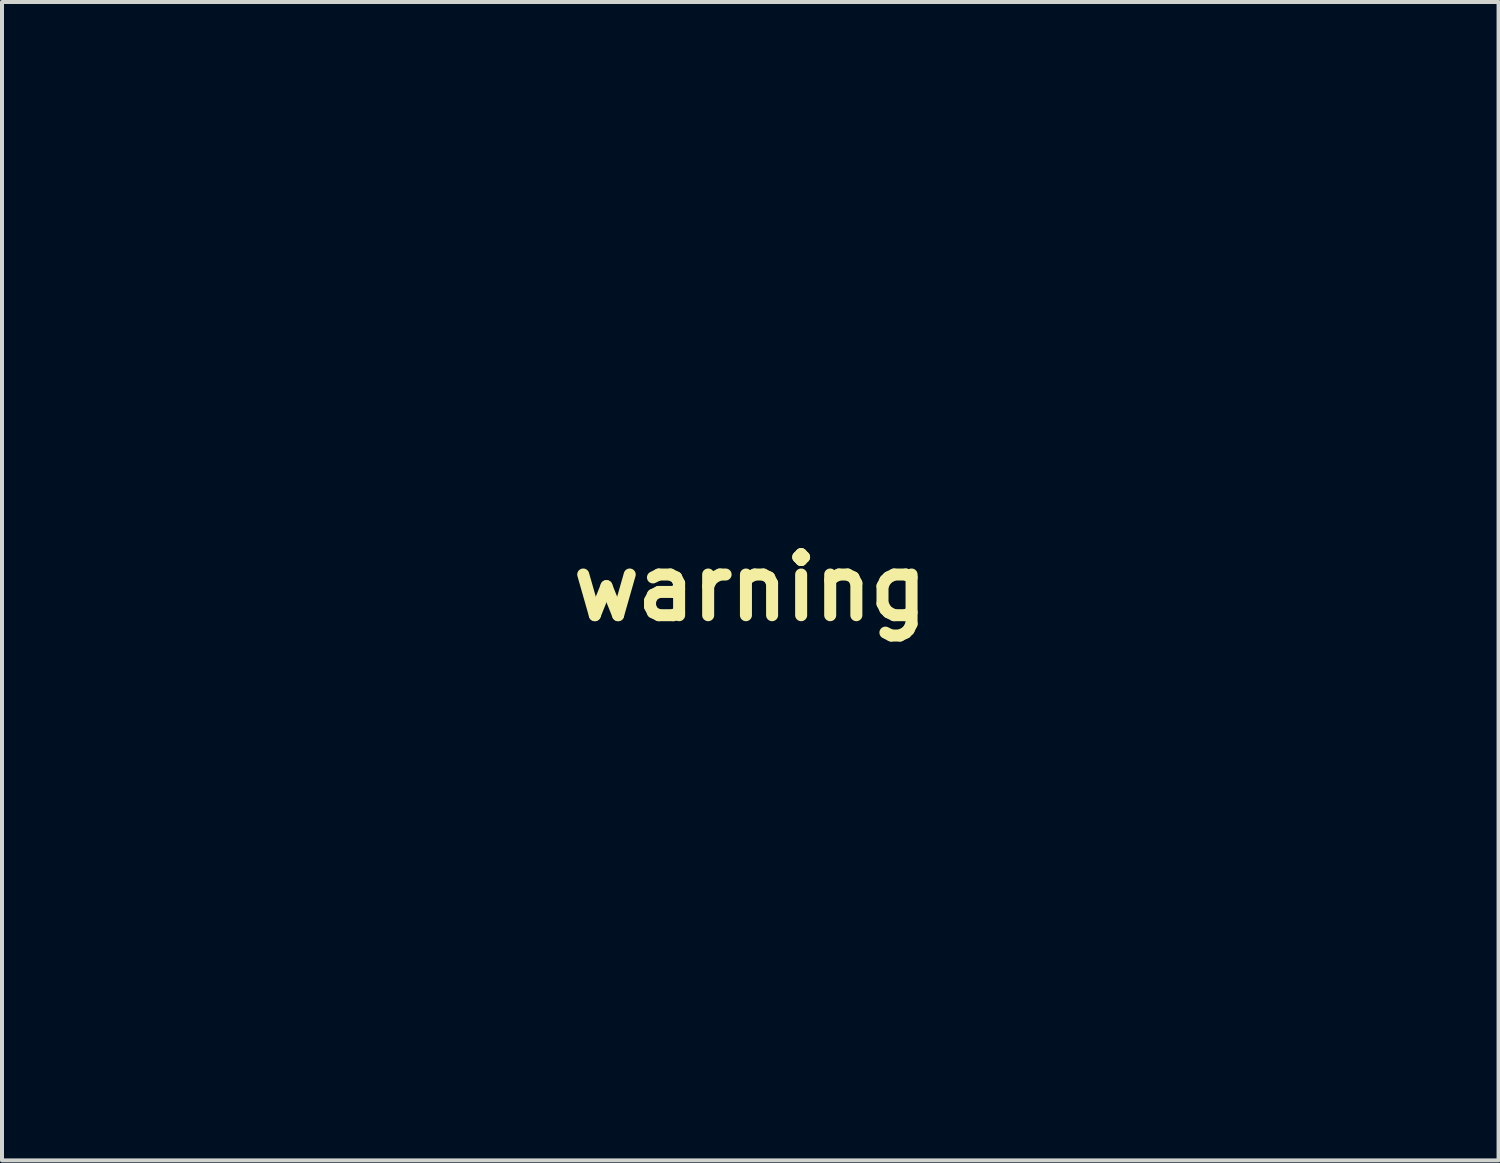
<source format=kicad_pcb>
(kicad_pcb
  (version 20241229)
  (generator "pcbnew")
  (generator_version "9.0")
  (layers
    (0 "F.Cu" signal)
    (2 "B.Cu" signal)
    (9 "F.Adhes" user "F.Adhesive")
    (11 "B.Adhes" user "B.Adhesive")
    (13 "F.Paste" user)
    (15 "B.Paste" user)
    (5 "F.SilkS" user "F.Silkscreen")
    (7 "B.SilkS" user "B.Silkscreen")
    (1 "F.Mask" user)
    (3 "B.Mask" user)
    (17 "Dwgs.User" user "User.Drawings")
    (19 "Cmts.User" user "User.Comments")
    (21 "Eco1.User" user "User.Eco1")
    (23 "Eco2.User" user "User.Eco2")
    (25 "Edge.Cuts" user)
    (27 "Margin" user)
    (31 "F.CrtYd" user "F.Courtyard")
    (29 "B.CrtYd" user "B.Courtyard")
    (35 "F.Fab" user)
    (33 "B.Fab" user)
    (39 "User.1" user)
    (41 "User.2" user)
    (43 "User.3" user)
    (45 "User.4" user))
  (footprint "warning"
    (layer "F.Cu")
    (at 15.69 11.626)
    (property "Reference" "warning" (at 0 0 0) (layer "F.SilkS") (effects (font (size 1.524 1.524) (thickness 0.3))))
    (attr through_hole)
    (fp_poly (pts (xy 7.085 5.747) (xy 7.163 5.967) (xy 7.158 6.101) (xy 7.068 6.156) (xy 7.023 6.16) (xy 6.908 6.133) (xy 6.892 6.048) (xy 6.922 5.905) (xy 6.957 5.747) (xy 7.001 5.556) (xy 7.085 5.747)) (stroke (width 0.01) (type solid)) (fill no) (layer "Eco1.User"))
    (fp_poly (pts (xy -9.616 5.779) (xy -9.549 5.985) (xy -9.542 6.101) (xy -9.598 6.151) (xy -9.684 6.16) (xy -9.803 6.143) (xy -9.842 6.112) (xy -9.826 6.026) (xy -9.786 5.868) (xy -9.77 5.81) (xy -9.698 5.556) (xy -9.616 5.779)) (stroke (width 0.01) (type solid)) (fill no) (layer "Eco1.User"))
    (fp_poly (pts (xy 1.404 5.24) (xy 1.53 5.321) (xy 1.576 5.426) (xy 1.526 5.53) (xy 1.425 5.59) (xy 1.233 5.647) (xy 1.127 5.628) (xy 1.084 5.522) (xy 1.079 5.429) (xy 1.093 5.277) (xy 1.148 5.215) (xy 1.211 5.207) (xy 1.404 5.24)) (stroke (width 0.01) (type solid)) (fill no) (layer "Eco1.User"))
    (fp_poly (pts (xy 13.819 5.631) (xy 13.849 5.747) (xy 13.891 5.968) (xy 13.891 6.093) (xy 13.84 6.148) (xy 13.747 6.16) (xy 13.636 6.145) (xy 13.611 6.074) (xy 13.628 5.985) (xy 13.685 5.804) (xy 13.738 5.683) (xy 13.787 5.606) (xy 13.819 5.631)) (stroke (width 0.01) (type solid)) (fill no) (layer "Eco1.User"))
    (fp_poly (pts (xy 9.43 5.233) (xy 9.555 5.312) (xy 9.595 5.434) (xy 9.548 5.552) (xy 9.446 5.611) (xy 9.256 5.648) (xy 9.147 5.628) (xy 9.123 5.609) (xy 9.081 5.499) (xy 9.093 5.356) (xy 9.15 5.247) (xy 9.176 5.23) (xy 9.309 5.216) (xy 9.43 5.233)) (stroke (width 0.01) (type solid)) (fill no) (layer "Eco1.User"))
    (fp_poly (pts (xy -5.734 -5.969) (xy -5.668 -5.802) (xy -5.589 -5.585) (xy -5.511 -5.356) (xy -5.445 -5.149) (xy -5.404 -5.002) (xy -5.397 -4.958) (xy -5.458 -4.919) (xy -5.626 -4.895) (xy -5.814 -4.889) (xy -6.02 -4.896) (xy -6.161 -4.913) (xy -6.205 -4.937) (xy -6.175 -5.015) (xy -6.117 -5.185) (xy -6.041 -5.415) (xy -6 -5.543) (xy -5.918 -5.78) (xy -5.846 -5.955) (xy -5.793 -6.046) (xy -5.775 -6.051) (xy -5.734 -5.969)) (stroke (width 0.01) (type solid)) (fill no) (layer "Eco1.User"))
    (fp_poly (pts (xy -2.169 -6.444) (xy -1.882 -6.44) (xy -1.695 -6.427) (xy -1.58 -6.398) (xy -1.51 -6.35) (xy -1.486 -6.321) (xy -1.407 -6.118) (xy -1.418 -5.891) (xy -1.484 -5.747) (xy -1.587 -5.684) (xy -1.773 -5.635) (xy -2.009 -5.601) (xy -2.259 -5.584) (xy -2.491 -5.587) (xy -2.67 -5.612) (xy -2.762 -5.661) (xy -2.765 -5.667) (xy -2.782 -5.782) (xy -2.786 -5.971) (xy -2.782 -6.104) (xy -2.762 -6.445) (xy -2.169 -6.444)) (stroke (width 0.01) (type solid)) (fill no) (layer "Eco1.User"))
    (fp_poly (pts (xy -7.286 5.329) (xy -7.147 5.488) (xy -7.065 5.726) (xy -7.048 5.911) (xy -7.07 6.17) (xy -7.126 6.38) (xy -7.208 6.511) (xy -7.276 6.54) (xy -7.408 6.562) (xy -7.443 6.574) (xy -7.549 6.579) (xy -7.576 6.564) (xy -7.595 6.485) (xy -7.609 6.309) (xy -7.618 6.065) (xy -7.62 5.895) (xy -7.619 5.61) (xy -7.612 5.428) (xy -7.593 5.326) (xy -7.556 5.282) (xy -7.496 5.271) (xy -7.466 5.271) (xy -7.286 5.329)) (stroke (width 0.01) (type solid)) (fill no) (layer "Eco1.User"))
    (fp_poly (pts (xy -0.877 5.302) (xy -0.77 5.356) (xy -0.766 5.361) (xy -0.719 5.469) (xy -0.729 5.522) (xy -0.734 5.583) (xy -0.716 5.588) (xy -0.686 5.645) (xy -0.664 5.794) (xy -0.658 5.937) (xy -0.664 6.128) (xy -0.684 6.255) (xy -0.705 6.287) (xy -0.733 6.333) (xy -0.722 6.381) (xy -0.745 6.476) (xy -0.856 6.54) (xy -1.008 6.576) (xy -1.181 6.59) (xy -1.329 6.58) (xy -1.403 6.547) (xy -1.405 6.543) (xy -1.405 6.461) (xy -1.446 6.416) (xy -1.467 6.413) (xy -1.51 6.367) (xy -1.501 6.318) (xy -1.5 6.236) (xy -1.526 6.223) (xy -1.563 6.166) (xy -1.585 6.023) (xy -1.587 5.937) (xy -1.575 5.767) (xy -1.544 5.665) (xy -1.526 5.652) (xy -1.491 5.605) (xy -1.501 5.556) (xy -1.498 5.475) (xy -1.467 5.461) (xy -1.403 5.411) (xy -1.397 5.378) (xy -1.342 5.317) (xy -1.208 5.284) (xy -1.038 5.278) (xy -0.877 5.302)) (stroke (width 0.01) (type solid)) (fill no) (layer "Eco1.User"))
    (fp_poly (pts (xy 15.684 11.303) (xy -15.684 11.303) (xy -15.684 7.243) (xy -14.732 7.243) (xy -13.049 7.207) (xy -13.049 6.572) (xy -14.03 6.535) (xy -14.065 4.667) (xy -14.399 4.648) (xy -14.617 4.636) (xy -12.764 4.636) (xy -12.764 7.242) (xy -10.954 7.207) (xy -10.95 7.15) (xy -10.827 7.15) (xy -10.819 7.19) (xy -10.809 7.204) (xy -10.73 7.224) (xy -10.569 7.237) (xy -10.465 7.239) (xy -10.275 7.231) (xy -10.17 7.195) (xy -10.11 7.112) (xy -10.091 7.066) (xy -10.026 6.925) (xy -9.942 6.855) (xy -9.801 6.838) (xy -9.637 6.847) (xy -9.454 6.873) (xy -9.353 6.932) (xy -9.29 7.051) (xy -9.288 7.054) (xy -9.239 7.159) (xy -9.17 7.214) (xy -9.043 7.236) (xy -8.857 7.239) (xy -8.495 7.239) (xy -8.319 7.239) (xy -7.723 7.239) (xy -7.328 7.225) (xy -7.031 7.184) (xy -6.9 7.144) (xy -6.665 6.978) (xy -6.503 6.759) (xy -6.377 6.438) (xy -6.323 6.056) (xy -6.341 5.658) (xy -6.431 5.287) (xy -6.485 5.163) (xy -6.613 4.949) (xy -6.692 4.872) (xy -5.236 4.872) (xy -5.215 5.071) (xy -5.165 5.355) (xy -5.09 5.739) (xy -5.017 6.096) (xy -4.969 6.354) (xy -4.924 6.623) (xy -4.917 6.668) (xy -4.87 6.94) (xy -4.816 7.11) (xy -4.736 7.199) (xy -4.61 7.23) (xy -4.434 7.226) (xy -4.236 7.207) (xy -4.127 7.167) (xy -4.072 7.09) (xy -4.057 7.048) (xy -4.021 6.911) (xy -3.969 6.692) (xy -3.911 6.436) (xy -3.902 6.392) (xy -3.847 6.169) (xy -3.796 6.012) (xy -3.756 5.946) (xy -3.747 5.948) (xy -3.712 6.031) (xy -3.661 6.205) (xy -3.602 6.437) (xy -3.586 6.509) (xy -3.514 6.819) (xy -3.454 7.026) (xy -3.39 7.15) (xy -3.306 7.214) (xy -3.188 7.236) (xy -3.047 7.239) (xy -2.906 7.24) (xy -2.811 7.229) (xy -2.749 7.184) (xy -2.704 7.085) (xy -2.661 6.908) (xy -2.607 6.633) (xy -2.595 6.572) (xy -2.543 6.313) (xy -2.489 6.045) (xy -2.473 5.969) (xy -2.467 5.936) (xy -2.217 5.936) (xy -2.217 5.937) (xy -2.18 6.374) (xy -2.065 6.718) (xy -1.867 6.98) (xy -1.578 7.173) (xy -1.556 7.183) (xy -1.197 7.289) (xy -0.854 7.27) (xy -0.67 7.204) (xy -0.48 7.087) (xy -0.301 6.937) (xy -0.291 6.927) (xy -0.168 6.743) (xy -0.105 6.595) (xy 0.328 6.595) (xy 0.331 6.873) (xy 0.337 7.068) (xy 0.346 7.157) (xy 0.346 7.158) (xy 0.431 7.212) (xy 0.621 7.237) (xy 0.697 7.239) (xy 1.016 7.239) (xy 1.027 6.874) (xy 1.036 6.59) (xy 1.048 6.41) (xy 1.066 6.312) (xy 1.094 6.274) (xy 1.138 6.273) (xy 1.147 6.275) (xy 1.24 6.319) (xy 1.256 6.339) (xy 1.291 6.413) (xy 1.367 6.569) (xy 1.468 6.774) (xy 1.478 6.795) (xy 1.683 7.207) (xy 1.992 7.227) (xy 2.241 7.236) (xy 2.379 7.211) (xy 2.422 7.13) (xy 2.383 6.971) (xy 2.306 6.781) (xy 2.22 6.596) (xy 2.614 6.596) (xy 2.617 6.875) (xy 2.624 7.07) (xy 2.633 7.16) (xy 2.633 7.161) (xy 2.706 7.214) (xy 2.88 7.231) (xy 3 7.226) (xy 3.334 7.207) (xy 3.353 6.898) (xy 3.39 6.671) (xy 3.458 6.47) (xy 3.545 6.331) (xy 3.623 6.287) (xy 3.679 6.339) (xy 3.719 6.429) (xy 3.771 6.566) (xy 3.857 6.764) (xy 3.922 6.906) (xy 4.079 7.239) (xy 4.484 7.239) (xy 4.701 7.23) (xy 4.846 7.205) (xy 4.889 7.174) (xy 4.889 7.173) (xy 5.879 7.173) (xy 5.884 7.191) (xy 5.959 7.219) (xy 6.118 7.236) (xy 6.23 7.239) (xy 6.422 7.233) (xy 6.527 7.2) (xy 6.586 7.121) (xy 6.614 7.048) (xy 6.669 6.929) (xy 6.752 6.873) (xy 6.907 6.858) (xy 6.959 6.858) (xy 7.141 6.856) (xy 7.265 6.851) (xy 7.287 6.849) (xy 7.342 6.894) (xy 7.415 7.017) (xy 7.425 7.039) (xy 7.488 7.156) (xy 7.566 7.215) (xy 7.701 7.237) (xy 7.854 7.239) (xy 8.075 7.226) (xy 8.18 7.186) (xy 8.191 7.158) (xy 8.173 7.07) (xy 8.123 6.886) (xy 8.049 6.631) (xy 8.038 6.595) (xy 8.392 6.595) (xy 8.395 6.873) (xy 8.401 7.068) (xy 8.41 7.157) (xy 8.41 7.158) (xy 8.495 7.212) (xy 8.684 7.237) (xy 8.758 7.239) (xy 9.075 7.239) (xy 9.094 6.752) (xy 9.113 6.485) (xy 9.146 6.308) (xy 9.186 6.241) (xy 9.244 6.283) (xy 9.337 6.419) (xy 9.449 6.623) (xy 9.499 6.728) (xy 9.739 7.239) (xy 10.108 7.239) (xy 10.327 7.231) (xy 10.442 7.203) (xy 10.477 7.149) (xy 10.477 7.146) (xy 10.45 7.025) (xy 10.379 6.835) (xy 10.282 6.616) (xy 10.272 6.595) (xy 10.678 6.595) (xy 10.681 6.873) (xy 10.687 7.068) (xy 10.696 7.157) (xy 10.696 7.158) (xy 10.745 7.192) (xy 10.87 7.216) (xy 11.085 7.231) (xy 11.405 7.238) (xy 11.619 7.239) (xy 12.509 7.239) (xy 12.509 7.205) (xy 12.624 7.205) (xy 12.702 7.225) (xy 12.863 7.237) (xy 12.982 7.239) (xy 13.177 7.233) (xy 13.285 7.201) (xy 13.347 7.125) (xy 13.379 7.048) (xy 13.432 6.936) (xy 13.507 6.879) (xy 13.643 6.86) (xy 13.777 6.858) (xy 13.972 6.864) (xy 14.079 6.895) (xy 14.139 6.969) (xy 14.17 7.048) (xy 14.218 7.159) (xy 14.287 7.215) (xy 14.415 7.236) (xy 14.579 7.239) (xy 14.787 7.23) (xy 14.893 7.2) (xy 14.922 7.142) (xy 14.904 7.05) (xy 14.854 6.86) (xy 14.778 6.597) (xy 14.684 6.283) (xy 14.63 6.11) (xy 14.523 5.77) (xy 14.426 5.458) (xy 14.347 5.203) (xy 14.294 5.029) (xy 14.28 4.985) (xy 14.213 4.793) (xy 14.133 4.688) (xy 14.003 4.646) (xy 13.788 4.646) (xy 13.746 4.648) (xy 13.534 4.664) (xy 13.416 4.696) (xy 13.356 4.757) (xy 13.33 4.826) (xy 13.297 4.937) (xy 13.232 5.145) (xy 13.143 5.429) (xy 13.037 5.765) (xy 12.938 6.078) (xy 12.829 6.429) (xy 12.737 6.737) (xy 12.669 6.983) (xy 12.63 7.145) (xy 12.624 7.205) (xy 12.509 7.205) (xy 12.509 6.604) (xy 12.017 6.603) (xy 11.714 6.595) (xy 11.518 6.567) (xy 11.41 6.511) (xy 11.373 6.42) (xy 11.377 6.343) (xy 11.396 6.266) (xy 11.445 6.219) (xy 11.552 6.193) (xy 11.744 6.179) (xy 11.89 6.173) (xy 12.139 6.16) (xy 12.289 6.141) (xy 12.369 6.105) (xy 12.408 6.043) (xy 12.419 6.003) (xy 12.433 5.827) (xy 12.416 5.72) (xy 12.377 5.647) (xy 12.298 5.607) (xy 12.147 5.591) (xy 11.971 5.588) (xy 11.681 5.58) (xy 11.497 5.552) (xy 11.4 5.498) (xy 11.367 5.41) (xy 11.367 5.393) (xy 11.38 5.336) (xy 11.436 5.299) (xy 11.559 5.276) (xy 11.773 5.263) (xy 11.922 5.257) (xy 12.478 5.239) (xy 12.478 4.667) (xy 10.7 4.667) (xy 10.682 5.872) (xy 10.679 6.254) (xy 10.678 6.595) (xy 10.272 6.595) (xy 10.18 6.41) (xy 10.09 6.256) (xy 10.06 6.218) (xy 10.011 6.143) (xy 10.027 6.065) (xy 10.122 5.947) (xy 10.158 5.908) (xy 10.304 5.674) (xy 10.358 5.41) (xy 10.326 5.146) (xy 10.214 4.915) (xy 10.03 4.746) (xy 9.907 4.693) (xy 9.746 4.667) (xy 9.499 4.65) (xy 9.208 4.645) (xy 9.049 4.648) (xy 8.414 4.667) (xy 8.396 5.872) (xy 8.393 6.254) (xy 8.392 6.595) (xy 8.038 6.595) (xy 7.957 6.33) (xy 7.933 6.253) (xy 7.823 5.906) (xy 7.716 5.563) (xy 7.621 5.261) (xy 7.551 5.04) (xy 7.549 5.032) (xy 7.424 4.636) (xy 7.045 4.636) (xy 6.904 4.633) (xy 6.798 4.638) (xy 6.717 4.664) (xy 6.651 4.728) (xy 6.588 4.846) (xy 6.518 5.034) (xy 6.431 5.306) (xy 6.317 5.68) (xy 6.286 5.779) (xy 6.183 6.113) (xy 6.085 6.427) (xy 6.003 6.688) (xy 5.946 6.865) (xy 5.938 6.89) (xy 5.893 7.058) (xy 5.879 7.173) (xy 4.889 7.173) (xy 4.862 7.096) (xy 4.789 6.928) (xy 4.679 6.696) (xy 4.545 6.424) (xy 4.54 6.413) (xy 4.405 6.138) (xy 4.295 5.901) (xy 4.22 5.725) (xy 4.191 5.636) (xy 4.191 5.636) (xy 4.229 5.551) (xy 4.331 5.4) (xy 4.475 5.212) (xy 4.507 5.174) (xy 4.658 4.984) (xy 4.77 4.824) (xy 4.823 4.725) (xy 4.824 4.715) (xy 4.778 4.668) (xy 4.629 4.643) (xy 4.391 4.636) (xy 3.955 4.636) (xy 3.676 5.032) (xy 3.397 5.429) (xy 3.334 4.667) (xy 2.635 4.667) (xy 2.618 5.872) (xy 2.614 6.254) (xy 2.614 6.596) (xy 2.22 6.596) (xy 2.2 6.553) (xy 2.092 6.356) (xy 2.013 6.242) (xy 1.935 6.144) (xy 1.936 6.075) (xy 2.023 5.984) (xy 2.053 5.957) (xy 2.217 5.729) (xy 2.292 5.441) (xy 2.268 5.131) (xy 2.268 5.131) (xy 2.213 4.955) (xy 2.139 4.83) (xy 2.024 4.747) (xy 1.848 4.698) (xy 1.59 4.674) (xy 1.229 4.667) (xy 1.152 4.667) (xy 0.349 4.667) (xy 0.332 5.872) (xy 0.328 6.254) (xy 0.328 6.595) (xy -0.105 6.595) (xy -0.057 6.482) (xy 0.026 6.193) (xy 0.062 5.925) (xy 0.063 5.901) (xy 0.032 5.657) (xy -0.05 5.375) (xy -0.163 5.112) (xy -0.276 4.938) (xy -0.541 4.723) (xy -0.864 4.603) (xy -1.209 4.586) (xy -1.542 4.677) (xy -1.574 4.692) (xy -1.866 4.893) (xy -2.066 5.158) (xy -2.18 5.501) (xy -2.217 5.936) (xy -2.467 5.936) (xy -2.432 5.751) (xy -2.384 5.473) (xy -2.348 5.248) (xy -2.313 5.019) (xy -2.284 4.836) (xy -2.268 4.74) (xy -2.268 4.74) (xy -2.318 4.691) (xy -2.476 4.657) (xy -2.582 4.648) (xy -2.736 4.64) (xy -2.839 4.649) (xy -2.908 4.697) (xy -2.956 4.805) (xy -2.997 4.993) (xy -3.046 5.282) (xy -3.055 5.334) (xy -3.134 5.81) (xy -3.41 4.667) (xy -3.737 4.648) (xy -3.932 4.642) (xy -4.04 4.664) (xy -4.099 4.73) (xy -4.132 4.807) (xy -4.185 4.978) (xy -4.24 5.203) (xy -4.26 5.3) (xy -4.316 5.54) (xy -4.368 5.654) (xy -4.415 5.642) (xy -4.455 5.505) (xy -4.476 5.357) (xy -4.515 5.054) (xy -4.557 4.855) (xy -4.616 4.737) (xy -4.705 4.677) (xy -4.838 4.651) (xy -4.887 4.647) (xy -5.023 4.638) (xy -5.124 4.641) (xy -5.192 4.672) (xy -5.229 4.744) (xy -5.236 4.872) (xy -6.692 4.872) (xy -6.766 4.8) (xy -6.968 4.705) (xy -7.243 4.654) (xy -7.614 4.636) (xy -7.699 4.636) (xy -8.319 4.636) (xy -8.319 7.239) (xy -8.495 7.239) (xy -8.537 7.064) (xy -8.57 6.946) (xy -8.632 6.733) (xy -8.717 6.451) (xy -8.816 6.126) (xy -8.921 5.784) (xy -9.025 5.45) (xy -9.119 5.152) (xy -9.162 5.016) (xy -9.241 4.807) (xy -9.33 4.692) (xy -9.468 4.647) (xy -9.692 4.648) (xy -9.709 4.649) (xy -10.063 4.667) (xy -10.261 5.271) (xy -10.433 5.799) (xy -10.57 6.219) (xy -10.673 6.545) (xy -10.746 6.788) (xy -10.794 6.961) (xy -10.82 7.078) (xy -10.827 7.15) (xy -10.95 7.15) (xy -10.915 6.609) (xy -12.033 6.572) (xy -12.033 6.191) (xy -11.541 6.173) (xy -11.049 6.154) (xy -11.049 5.593) (xy -11.541 5.575) (xy -11.79 5.563) (xy -11.939 5.543) (xy -12.016 5.508) (xy -12.047 5.449) (xy -12.054 5.413) (xy -12.057 5.344) (xy -12.028 5.302) (xy -11.942 5.28) (xy -11.775 5.272) (xy -11.53 5.271) (xy -10.986 5.271) (xy -10.986 4.636) (xy -12.764 4.636) (xy -14.617 4.636) (xy -14.732 4.629) (xy -14.732 7.243) (xy -15.684 7.243) (xy -15.684 0.178) (xy -15.115 0.178) (xy -14.784 0.572) (xy 14.784 0.572) (xy 14.949 0.376) (xy 15.113 0.181) (xy 15.113 -5.279) (xy 15.113 -6.263) (xy 15.113 -7.128) (xy 15.111 -7.881) (xy 15.109 -8.532) (xy 15.106 -9.086) (xy 15.1 -9.553) (xy 15.092 -9.94) (xy 15.082 -10.255) (xy 15.068 -10.506) (xy 15.051 -10.7) (xy 15.03 -10.847) (xy 15.005 -10.952) (xy 14.976 -11.025) (xy 14.941 -11.072) (xy 14.901 -11.103) (xy 14.855 -11.125) (xy 14.824 -11.137) (xy 14.752 -11.14) (xy 14.559 -11.144) (xy 14.249 -11.147) (xy 13.83 -11.15) (xy 13.306 -11.154) (xy 12.683 -11.157) (xy 11.967 -11.16) (xy 11.164 -11.162) (xy 10.278 -11.165) (xy 9.316 -11.167) (xy 8.283 -11.169) (xy 7.185 -11.171) (xy 6.028 -11.172) (xy 4.816 -11.174) (xy 3.557 -11.175) (xy 2.255 -11.176) (xy 0.915 -11.176) (xy -0.059 -11.176) (xy -14.839 -11.176) (xy -14.96 -11.042) (xy -14.981 -11.015) (xy -15 -10.979) (xy -15.016 -10.924) (xy -15.03 -10.844) (xy -15.042 -10.73) (xy -15.052 -10.573) (xy -15.061 -10.367) (xy -15.068 -10.104) (xy -15.074 -9.774) (xy -15.079 -9.37) (xy -15.084 -8.884) (xy -15.087 -8.308) (xy -15.09 -7.634) (xy -15.093 -6.854) (xy -15.096 -5.959) (xy -15.098 -5.365) (xy -15.115 0.178) (xy -15.684 0.178) (xy -15.684 -11.62) (xy 15.684 -11.62) (xy 15.684 11.303)) (stroke (width 0.01) (type solid)) (fill no) (layer "Eco1.User"))
    (fp_poly (pts (xy 0.773 -10.297) (xy 1.171 -10.23) (xy 1.606 -10.156) (xy 2.021 -10.084) (xy 2.318 -10.032) (xy 2.649 -9.973) (xy 2.98 -9.917) (xy 3.263 -9.87) (xy 3.397 -9.848) (xy 3.608 -9.815) (xy 3.931 -9.762) (xy 4.355 -9.691) (xy 4.867 -9.605) (xy 5.456 -9.506) (xy 6.109 -9.396) (xy 6.445 -9.338) (xy 6.662 -9.302) (xy 6.962 -9.251) (xy 7.306 -9.194) (xy 7.62 -9.142) (xy 7.98 -9.081) (xy 8.347 -9.017) (xy 8.676 -8.96) (xy 8.89 -8.921) (xy 9.264 -8.852) (xy 9.648 -8.783) (xy 10.062 -8.712) (xy 10.53 -8.633) (xy 11.074 -8.543) (xy 11.717 -8.439) (xy 11.874 -8.413) (xy 12.312 -8.342) (xy 12.73 -8.273) (xy 13.106 -8.209) (xy 13.414 -8.156) (xy 13.631 -8.117) (xy 13.684 -8.107) (xy 14.065 -8.031) (xy 14.083 -5.27) (xy 14.086 -4.686) (xy 14.087 -4.137) (xy 14.087 -3.639) (xy 14.086 -3.205) (xy 14.083 -2.847) (xy 14.079 -2.581) (xy 14.073 -2.42) (xy 14.069 -2.378) (xy 14.059 -2.337) (xy 14.039 -2.304) (xy 13.997 -2.275) (xy 13.917 -2.247) (xy 13.784 -2.216) (xy 13.585 -2.18) (xy 13.303 -2.134) (xy 12.925 -2.075) (xy 12.446 -2.002) (xy 12.083 -1.946) (xy 11.674 -1.883) (xy 11.297 -1.825) (xy 11.239 -1.816) (xy 10.886 -1.761) (xy 10.48 -1.699) (xy 10.096 -1.64) (xy 10.001 -1.625) (xy 9.68 -1.576) (xy 9.285 -1.515) (xy 8.869 -1.45) (xy 8.509 -1.395) (xy 8.127 -1.336) (xy 7.729 -1.274) (xy 7.361 -1.217) (xy 7.08 -1.174) (xy 6.55 -1.092) (xy 6.127 -1.026) (xy 5.792 -0.973) (xy 5.527 -0.929) (xy 5.312 -0.892) (xy 5.302 -0.89) (xy 5.118 -0.859) (xy 4.843 -0.815) (xy 4.514 -0.763) (xy 4.166 -0.71) (xy 4.128 -0.704) (xy 3.626 -0.628) (xy 3.021 -0.536) (xy 2.336 -0.431) (xy 1.593 -0.317) (xy 0.816 -0.197) (xy 0.54 -0.154) (xy 0.259 -0.111) (xy 0.059 -0.086) (xy -0.101 -0.079) (xy -0.266 -0.09) (xy -0.477 -0.119) (xy -0.73 -0.16) (xy -1.019 -0.206) (xy -1.411 -0.267) (xy -1.885 -0.341) (xy -2.419 -0.424) (xy -2.991 -0.513) (xy -3.58 -0.604) (xy -4.164 -0.694) (xy -4.223 -0.703) (xy -4.566 -0.756) (xy -4.895 -0.809) (xy -5.172 -0.854) (xy -5.362 -0.887) (xy -5.366 -0.887) (xy -5.571 -0.923) (xy -5.855 -0.969) (xy -6.169 -1.019) (xy -6.318 -1.042) (xy -6.651 -1.093) (xy -7.052 -1.156) (xy -7.465 -1.222) (xy -7.747 -1.267) (xy -8.099 -1.323) (xy -8.531 -1.391) (xy -8.997 -1.464) (xy -9.45 -1.534) (xy -9.62 -1.56) (xy -10.006 -1.619) (xy -10.375 -1.676) (xy -10.698 -1.726) (xy -10.945 -1.764) (xy -11.049 -1.78) (xy -11.699 -1.882) (xy -12.237 -1.966) (xy -12.677 -2.035) (xy -13.034 -2.091) (xy -13.32 -2.137) (xy -13.551 -2.174) (xy -13.589 -2.18) (xy -14.065 -2.258) (xy -14.065 -7.034) (xy -12.072 -7.034) (xy -12.038 -6.855) (xy -12.008 -6.756) (xy -11.964 -6.592) (xy -11.91 -6.362) (xy -11.872 -6.191) (xy -11.815 -5.922) (xy -11.741 -5.591) (xy -11.659 -5.228) (xy -11.575 -4.861) (xy -11.495 -4.52) (xy -11.427 -4.235) (xy -11.377 -4.035) (xy -11.366 -3.993) (xy -11.323 -3.794) (xy -11.303 -3.62) (xy -11.303 -3.609) (xy -11.276 -3.455) (xy -11.181 -3.36) (xy -11 -3.313) (xy -10.758 -3.302) (xy -10.539 -3.307) (xy -10.415 -3.328) (xy -10.354 -3.376) (xy -10.327 -3.445) (xy -10.299 -3.558) (xy -10.247 -3.767) (xy -10.179 -4.044) (xy -10.103 -4.359) (xy -10.09 -4.413) (xy -10.005 -4.758) (xy -9.922 -5.092) (xy -9.849 -5.379) (xy -9.795 -5.581) (xy -9.794 -5.587) (xy -9.757 -5.718) (xy -9.726 -5.805) (xy -9.695 -5.839) (xy -9.66 -5.809) (xy -9.615 -5.705) (xy -9.557 -5.516) (xy -9.481 -5.232) (xy -9.38 -4.843) (xy -9.296 -4.51) (xy -9.202 -4.151) (xy -9.116 -3.834) (xy -9.043 -3.581) (xy -8.988 -3.411) (xy -8.961 -3.347) (xy -8.873 -3.322) (xy -8.701 -3.311) (xy -8.534 -3.314) (xy -8.16 -3.334) (xy -8.133 -3.445) (xy -7.545 -3.445) (xy -7.524 -3.356) (xy -7.447 -3.316) (xy -7.312 -3.309) (xy -7.16 -3.315) (xy -6.763 -3.334) (xy -6.505 -4.096) (xy -5.064 -4.096) (xy -4.794 -3.334) (xy -4.366 -3.315) (xy -4.114 -3.314) (xy -3.969 -3.335) (xy -3.937 -3.364) (xy -3.958 -3.438) (xy -4.017 -3.609) (xy -4.105 -3.856) (xy -4.215 -4.156) (xy -4.303 -4.395) (xy -3.609 -4.395) (xy -3.608 -4.018) (xy -3.605 -3.713) (xy -3.599 -3.498) (xy -3.593 -3.39) (xy -3.591 -3.382) (xy -3.505 -3.33) (xy -3.302 -3.305) (xy -3.177 -3.302) (xy -2.794 -3.302) (xy -2.794 -4.889) (xy -2.575 -4.889) (xy -2.424 -4.871) (xy -2.281 -4.805) (xy -2.134 -4.678) (xy -1.967 -4.476) (xy -1.764 -4.183) (xy -1.626 -3.969) (xy -1.225 -3.334) (xy -0.771 -3.315) (xy -0.505 -3.313) (xy -0.357 -3.333) (xy -0.318 -3.37) (xy -0.351 -3.47) (xy -0.442 -3.647) (xy -0.573 -3.874) (xy -0.727 -4.123) (xy -0.889 -4.369) (xy -0.907 -4.395) (xy 0.074 -4.395) (xy 0.076 -4.017) (xy 0.079 -3.711) (xy 0.084 -3.496) (xy 0.092 -3.387) (xy 0.094 -3.379) (xy 0.169 -3.326) (xy 0.349 -3.311) (xy 0.46 -3.315) (xy 0.794 -3.334) (xy 0.826 -4.475) (xy 0.857 -5.617) (xy 1.526 -4.475) (xy 2.194 -3.334) (xy 2.589 -3.315) (xy 2.985 -3.296) (xy 2.985 -5.284) (xy 3.683 -5.284) (xy 3.684 -4.805) (xy 3.688 -4.368) (xy 3.694 -3.989) (xy 3.702 -3.682) (xy 3.711 -3.466) (xy 3.722 -3.355) (xy 3.725 -3.344) (xy 3.808 -3.321) (xy 3.974 -3.305) (xy 4.105 -3.302) (xy 4.305 -3.308) (xy 4.413 -3.337) (xy 4.464 -3.4) (xy 4.477 -3.445) (xy 4.486 -3.544) (xy 4.492 -3.752) (xy 4.497 -4.052) (xy 4.499 -4.425) (xy 4.498 -4.854) (xy 4.495 -5.321) (xy 4.495 -5.334) (xy 5.081 -5.334) (xy 5.081 -4.909) (xy 5.084 -4.5) (xy 5.088 -4.127) (xy 5.095 -3.81) (xy 5.103 -3.571) (xy 5.113 -3.429) (xy 5.119 -3.402) (xy 5.183 -3.339) (xy 5.328 -3.308) (xy 5.5 -3.302) (xy 5.842 -3.302) (xy 5.842 -4.403) (xy 5.844 -4.764) (xy 5.851 -5.081) (xy 5.861 -5.332) (xy 5.873 -5.494) (xy 5.885 -5.546) (xy 5.931 -5.51) (xy 6.028 -5.376) (xy 6.17 -5.161) (xy 6.345 -4.878) (xy 6.546 -4.542) (xy 6.763 -4.168) (xy 6.987 -3.771) (xy 7.018 -3.715) (xy 7.229 -3.334) (xy 7.647 -3.315) (xy 8.065 -3.296) (xy 8.065 -5.23) (xy 8.636 -5.23) (xy 8.687 -4.757) (xy 8.831 -4.316) (xy 9.055 -3.927) (xy 9.346 -3.609) (xy 9.691 -3.382) (xy 9.93 -3.295) (xy 10.184 -3.261) (xy 10.51 -3.261) (xy 10.861 -3.291) (xy 11.186 -3.347) (xy 11.438 -3.425) (xy 11.443 -3.427) (xy 11.665 -3.541) (xy 11.872 -3.673) (xy 11.935 -3.722) (xy 12.129 -3.885) (xy 12.129 -4.597) (xy 12.121 -4.975) (xy 12.099 -5.234) (xy 12.062 -5.371) (xy 12.052 -5.385) (xy 11.954 -5.42) (xy 11.761 -5.445) (xy 11.508 -5.46) (xy 11.227 -5.463) (xy 10.952 -5.456) (xy 10.714 -5.439) (xy 10.547 -5.411) (xy 10.49 -5.385) (xy 10.436 -5.264) (xy 10.415 -5.077) (xy 10.429 -4.884) (xy 10.453 -4.799) (xy 10.512 -4.738) (xy 10.649 -4.707) (xy 10.858 -4.699) (xy 11.105 -4.683) (xy 11.241 -4.627) (xy 11.281 -4.518) (xy 11.238 -4.346) (xy 11.117 -4.192) (xy 10.909 -4.082) (xy 10.647 -4.021) (xy 10.366 -4.012) (xy 10.099 -4.061) (xy 9.89 -4.164) (xy 9.705 -4.372) (xy 9.572 -4.664) (xy 9.494 -5.009) (xy 9.475 -5.374) (xy 9.519 -5.725) (xy 9.628 -6.031) (xy 9.676 -6.111) (xy 9.879 -6.321) (xy 10.144 -6.473) (xy 10.42 -6.537) (xy 10.432 -6.537) (xy 10.658 -6.497) (xy 10.895 -6.389) (xy 11.091 -6.24) (xy 11.173 -6.134) (xy 11.27 -6.02) (xy 11.419 -5.971) (xy 11.645 -5.981) (xy 11.803 -6.009) (xy 11.947 -6.06) (xy 11.999 -6.155) (xy 12.002 -6.202) (xy 11.945 -6.449) (xy 11.79 -6.702) (xy 11.564 -6.933) (xy 11.29 -7.115) (xy 11.134 -7.182) (xy 10.817 -7.249) (xy 10.443 -7.266) (xy 10.07 -7.233) (xy 9.766 -7.155) (xy 9.401 -6.949) (xy 9.095 -6.643) (xy 8.859 -6.256) (xy 8.703 -5.806) (xy 8.637 -5.312) (xy 8.636 -5.23) (xy 8.065 -5.23) (xy 8.065 -7.182) (xy 7.334 -7.144) (xy 7.298 -4.794) (xy 7.11 -5.096) (xy 7.007 -5.266) (xy 6.938 -5.388) (xy 6.921 -5.428) (xy 6.89 -5.493) (xy 6.807 -5.633) (xy 6.699 -5.806) (xy 6.585 -5.989) (xy 6.505 -6.126) (xy 6.477 -6.186) (xy 6.446 -6.251) (xy 6.364 -6.398) (xy 6.245 -6.6) (xy 6.186 -6.697) (xy 5.896 -7.176) (xy 5.527 -7.176) (xy 5.298 -7.166) (xy 5.17 -7.132) (xy 5.119 -7.075) (xy 5.107 -6.983) (xy 5.098 -6.785) (xy 5.091 -6.501) (xy 5.086 -6.15) (xy 5.082 -5.755) (xy 5.081 -5.334) (xy 4.495 -5.334) (xy 4.495 -5.366) (xy 4.477 -7.144) (xy 4.08 -7.163) (xy 3.683 -7.182) (xy 3.683 -5.284) (xy 2.985 -5.284) (xy 2.985 -7.176) (xy 2.286 -7.176) (xy 2.286 -6.032) (xy 2.283 -5.654) (xy 2.274 -5.333) (xy 2.261 -5.086) (xy 2.244 -4.933) (xy 2.228 -4.889) (xy 2.184 -4.925) (xy 2.103 -5.034) (xy 1.981 -5.225) (xy 1.813 -5.502) (xy 1.597 -5.874) (xy 1.327 -6.347) (xy 1.079 -6.785) (xy 0.857 -7.181) (xy 0.476 -7.162) (xy 0.095 -7.144) (xy 0.078 -5.303) (xy 0.075 -4.829) (xy 0.074 -4.395) (xy -0.907 -4.395) (xy -1.041 -4.584) (xy -1.158 -4.732) (xy -1.395 -5.002) (xy -1.197 -5.084) (xy -0.947 -5.234) (xy -0.739 -5.445) (xy -0.631 -5.631) (xy -0.581 -5.872) (xy -0.577 -6.167) (xy -0.617 -6.453) (xy -0.672 -6.62) (xy -0.792 -6.795) (xy -0.962 -6.959) (xy -1.001 -6.987) (xy -1.085 -7.042) (xy -1.169 -7.083) (xy -1.273 -7.111) (xy -1.416 -7.128) (xy -1.621 -7.138) (xy -1.906 -7.143) (xy -2.293 -7.144) (xy -2.408 -7.144) (xy -3.588 -7.144) (xy -3.605 -5.303) (xy -3.608 -4.829) (xy -3.609 -4.395) (xy -4.303 -4.395) (xy -4.338 -4.489) (xy -4.466 -4.833) (xy -4.592 -5.167) (xy -4.707 -5.468) (xy -4.803 -5.716) (xy -4.873 -5.888) (xy -4.894 -5.937) (xy -4.946 -6.063) (xy -5.026 -6.268) (xy -5.118 -6.513) (xy -5.208 -6.756) (xy -5.28 -6.959) (xy -5.315 -7.064) (xy -5.356 -7.125) (xy -5.45 -7.159) (xy -5.625 -7.174) (xy -5.777 -7.176) (xy -6.206 -7.176) (xy -6.305 -6.906) (xy -6.363 -6.748) (xy -6.454 -6.502) (xy -6.567 -6.196) (xy -6.691 -5.86) (xy -6.732 -5.747) (xy -6.875 -5.358) (xy -7.029 -4.942) (xy -7.176 -4.545) (xy -7.298 -4.214) (xy -7.308 -4.188) (xy -7.435 -3.844) (xy -7.515 -3.603) (xy -7.545 -3.445) (xy -8.133 -3.445) (xy -7.95 -4.223) (xy -7.87 -4.562) (xy -7.795 -4.876) (xy -7.733 -5.133) (xy -7.69 -5.305) (xy -7.683 -5.334) (xy -7.628 -5.555) (xy -7.563 -5.832) (xy -7.494 -6.135) (xy -7.428 -6.439) (xy -7.37 -6.713) (xy -7.327 -6.929) (xy -7.304 -7.061) (xy -7.303 -7.081) (xy -7.333 -7.136) (xy -7.44 -7.166) (xy -7.647 -7.175) (xy -7.681 -7.176) (xy -8.059 -7.176) (xy -8.121 -6.937) (xy -8.162 -6.762) (xy -8.217 -6.509) (xy -8.276 -6.228) (xy -8.289 -6.16) (xy -8.345 -5.888) (xy -8.4 -5.642) (xy -8.443 -5.467) (xy -8.452 -5.436) (xy -8.495 -5.234) (xy -8.509 -5.074) (xy -8.529 -4.932) (xy -8.569 -4.86) (xy -8.6 -4.858) (xy -8.633 -4.899) (xy -8.672 -4.999) (xy -8.722 -5.173) (xy -8.787 -5.433) (xy -8.872 -5.796) (xy -8.926 -6.032) (xy -8.998 -6.343) (xy -9.066 -6.627) (xy -9.122 -6.851) (xy -9.155 -6.969) (xy -9.217 -7.176) (xy -10.137 -7.176) (xy -10.41 -6.08) (xy -10.501 -5.723) (xy -10.586 -5.408) (xy -10.657 -5.156) (xy -10.71 -4.989) (xy -10.736 -4.928) (xy -10.785 -4.936) (xy -10.819 -5.023) (xy -10.848 -5.161) (xy -10.893 -5.377) (xy -10.944 -5.62) (xy -11.006 -5.917) (xy -11.071 -6.233) (xy -11.114 -6.445) (xy -11.175 -6.747) (xy -11.225 -6.947) (xy -11.28 -7.066) (xy -11.359 -7.127) (xy -11.477 -7.152) (xy -11.653 -7.162) (xy -11.673 -7.163) (xy -11.908 -7.165) (xy -12.034 -7.129) (xy -12.072 -7.034) (xy -14.065 -7.034) (xy -14.065 -8.033) (xy -13.652 -8.111) (xy -13.463 -8.146) (xy -13.174 -8.197) (xy -12.813 -8.259) (xy -12.406 -8.328) (xy -11.98 -8.4) (xy -11.906 -8.413) (xy -11.245 -8.523) (xy -10.696 -8.616) (xy -10.245 -8.692) (xy -9.877 -8.756) (xy -9.58 -8.808) (xy -9.339 -8.851) (xy -9.142 -8.888) (xy -9.081 -8.9) (xy -8.798 -8.952) (xy -8.494 -9.002) (xy -8.382 -9.019) (xy -8.176 -9.051) (xy -7.887 -9.099) (xy -7.555 -9.155) (xy -7.271 -9.205) (xy -6.864 -9.276) (xy -6.405 -9.356) (xy -5.914 -9.441) (xy -5.415 -9.528) (xy -4.928 -9.611) (xy -4.476 -9.688) (xy -4.08 -9.755) (xy -3.763 -9.808) (xy -3.545 -9.844) (xy -3.524 -9.847) (xy -3.297 -9.884) (xy -2.992 -9.936) (xy -2.655 -9.995) (xy -2.445 -10.032) (xy -2.091 -10.094) (xy -1.669 -10.168) (xy -1.236 -10.242) (xy -0.91 -10.298) (xy -0.074 -10.439) (xy 0.773 -10.297)) (stroke (width 0.01) (type solid)) (fill no) (layer "Eco1.User")))
  (gr_rect
    (start -3 -3)
    (end 34.379 25.933)
    (stroke (width 0.1) (type default))
    (fill no)
    (layer "Edge.Cuts")))
</source>
